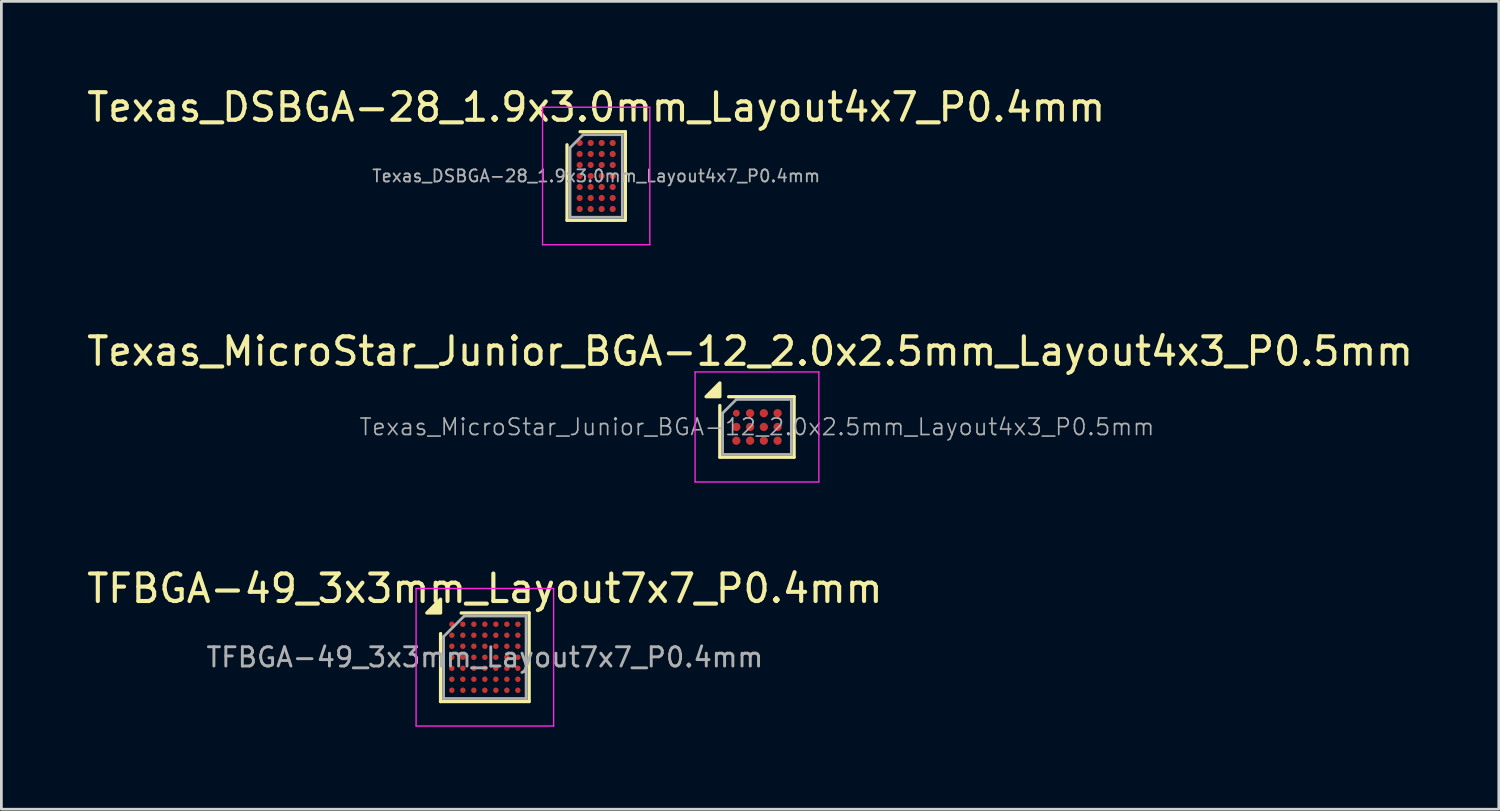
<source format=kicad_pcb>
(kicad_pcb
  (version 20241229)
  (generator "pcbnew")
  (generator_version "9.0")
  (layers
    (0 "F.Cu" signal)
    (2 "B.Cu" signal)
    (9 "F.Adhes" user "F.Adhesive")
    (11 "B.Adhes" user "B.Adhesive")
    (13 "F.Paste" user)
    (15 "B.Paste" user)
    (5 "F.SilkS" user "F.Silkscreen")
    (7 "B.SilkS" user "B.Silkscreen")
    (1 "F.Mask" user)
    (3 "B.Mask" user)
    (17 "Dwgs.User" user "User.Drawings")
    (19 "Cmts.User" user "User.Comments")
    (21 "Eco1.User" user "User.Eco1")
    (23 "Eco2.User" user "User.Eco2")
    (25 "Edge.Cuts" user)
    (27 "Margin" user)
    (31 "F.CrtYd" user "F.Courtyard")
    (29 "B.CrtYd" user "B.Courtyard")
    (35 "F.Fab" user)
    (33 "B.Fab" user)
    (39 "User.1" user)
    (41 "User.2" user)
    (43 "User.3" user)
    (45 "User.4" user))
  (footprint "TFBGA-49_3x3mm_Layout7x7_P0.4mm"
    (layer "F.Cu")
    (at 14.577 20.845)
    (property "Reference" "TFBGA-49_3x3mm_Layout7x7_P0.4mm" (at 0 -2.5 0) (layer "F.SilkS") (effects (font (size 1 1) (thickness 0.15))))
    (attr smd)
    (fp_line (start -1.61 1.61) (end -1.61 -0.86) (stroke (width 0.12) (type solid)) (layer "F.SilkS"))
    (fp_line (start -0.86 -1.61) (end 1.61 -1.61) (stroke (width 0.12) (type solid)) (layer "F.SilkS"))
    (fp_line (start 1.61 -1.61) (end 1.61 1.61) (stroke (width 0.12) (type solid)) (layer "F.SilkS"))
    (fp_line (start 1.61 1.61) (end -1.61 1.61) (stroke (width 0.12) (type solid)) (layer "F.SilkS"))
    (fp_poly (pts (xy -1.61 -1.61) (xy -2.11 -1.61) (xy -1.61 -2.11) (xy -1.61 -1.61)) (stroke (width 0.12) (type solid)) (fill yes) (layer "F.SilkS"))
    (fp_line (start -2.5 -2.5) (end -2.5 2.5) (stroke (width 0.05) (type solid)) (layer "F.CrtYd"))
    (fp_line (start -2.5 2.5) (end 2.5 2.5) (stroke (width 0.05) (type solid)) (layer "F.CrtYd"))
    (fp_line (start 2.5 -2.5) (end -2.5 -2.5) (stroke (width 0.05) (type solid)) (layer "F.CrtYd"))
    (fp_line (start 2.5 2.5) (end 2.5 -2.5) (stroke (width 0.05) (type solid)) (layer "F.CrtYd"))
    (fp_line (start -1.5 -0.75) (end -0.75 -1.5) (stroke (width 0.1) (type solid)) (layer "F.Fab"))
    (fp_line (start -1.5 1.5) (end -1.5 -0.75) (stroke (width 0.1) (type solid)) (layer "F.Fab"))
    (fp_line (start -0.75 -1.5) (end 1.5 -1.5) (stroke (width 0.1) (type solid)) (layer "F.Fab"))
    (fp_line (start 1.5 -1.5) (end 1.5 1.5) (stroke (width 0.1) (type solid)) (layer "F.Fab"))
    (fp_line (start 1.5 1.5) (end -1.5 1.5) (stroke (width 0.1) (type solid)) (layer "F.Fab"))
    (fp_text user "${REFERENCE}" (at 0 0 0) (layer "F.Fab") (effects (font (size 0.7 0.7) (thickness 0.105))))
    (pad "A1" smd circle (at -1.2 -1.2) (size 0.2 0.2) (property pad_prop_bga) (layers "F.Cu" "F.Mask" "F.Paste"))
    (pad "A2" smd circle (at -0.8 -1.2) (size 0.2 0.2) (property pad_prop_bga) (layers "F.Cu" "F.Mask" "F.Paste"))
    (pad "A3" smd circle (at -0.4 -1.2) (size 0.2 0.2) (property pad_prop_bga) (layers "F.Cu" "F.Mask" "F.Paste"))
    (pad "A4" smd circle (at 0 -1.2) (size 0.2 0.2) (property pad_prop_bga) (layers "F.Cu" "F.Mask" "F.Paste"))
    (pad "A5" smd circle (at 0.4 -1.2) (size 0.2 0.2) (property pad_prop_bga) (layers "F.Cu" "F.Mask" "F.Paste"))
    (pad "A6" smd circle (at 0.8 -1.2) (size 0.2 0.2) (property pad_prop_bga) (layers "F.Cu" "F.Mask" "F.Paste"))
    (pad "A7" smd circle (at 1.2 -1.2) (size 0.2 0.2) (property pad_prop_bga) (layers "F.Cu" "F.Mask" "F.Paste"))
    (pad "B1" smd circle (at -1.2 -0.8) (size 0.2 0.2) (property pad_prop_bga) (layers "F.Cu" "F.Mask" "F.Paste"))
    (pad "B2" smd circle (at -0.8 -0.8) (size 0.2 0.2) (property pad_prop_bga) (layers "F.Cu" "F.Mask" "F.Paste"))
    (pad "B3" smd circle (at -0.4 -0.8) (size 0.2 0.2) (property pad_prop_bga) (layers "F.Cu" "F.Mask" "F.Paste"))
    (pad "B4" smd circle (at 0 -0.8) (size 0.2 0.2) (property pad_prop_bga) (layers "F.Cu" "F.Mask" "F.Paste"))
    (pad "B5" smd circle (at 0.4 -0.8) (size 0.2 0.2) (property pad_prop_bga) (layers "F.Cu" "F.Mask" "F.Paste"))
    (pad "B6" smd circle (at 0.8 -0.8) (size 0.2 0.2) (property pad_prop_bga) (layers "F.Cu" "F.Mask" "F.Paste"))
    (pad "B7" smd circle (at 1.2 -0.8) (size 0.2 0.2) (property pad_prop_bga) (layers "F.Cu" "F.Mask" "F.Paste"))
    (pad "C1" smd circle (at -1.2 -0.4) (size 0.2 0.2) (property pad_prop_bga) (layers "F.Cu" "F.Mask" "F.Paste"))
    (pad "C2" smd circle (at -0.8 -0.4) (size 0.2 0.2) (property pad_prop_bga) (layers "F.Cu" "F.Mask" "F.Paste"))
    (pad "C3" smd circle (at -0.4 -0.4) (size 0.2 0.2) (property pad_prop_bga) (layers "F.Cu" "F.Mask" "F.Paste"))
    (pad "C4" smd circle (at 0 -0.4) (size 0.2 0.2) (property pad_prop_bga) (layers "F.Cu" "F.Mask" "F.Paste"))
    (pad "C5" smd circle (at 0.4 -0.4) (size 0.2 0.2) (property pad_prop_bga) (layers "F.Cu" "F.Mask" "F.Paste"))
    (pad "C6" smd circle (at 0.8 -0.4) (size 0.2 0.2) (property pad_prop_bga) (layers "F.Cu" "F.Mask" "F.Paste"))
    (pad "C7" smd circle (at 1.2 -0.4) (size 0.2 0.2) (property pad_prop_bga) (layers "F.Cu" "F.Mask" "F.Paste"))
    (pad "D1" smd circle (at -1.2 0) (size 0.2 0.2) (property pad_prop_bga) (layers "F.Cu" "F.Mask" "F.Paste"))
    (pad "D2" smd circle (at -0.8 0) (size 0.2 0.2) (property pad_prop_bga) (layers "F.Cu" "F.Mask" "F.Paste"))
    (pad "D3" smd circle (at -0.4 0) (size 0.2 0.2) (property pad_prop_bga) (layers "F.Cu" "F.Mask" "F.Paste"))
    (pad "D4" smd circle (at 0 0) (size 0.2 0.2) (property pad_prop_bga) (layers "F.Cu" "F.Mask" "F.Paste"))
    (pad "D5" smd circle (at 0.4 0) (size 0.2 0.2) (property pad_prop_bga) (layers "F.Cu" "F.Mask" "F.Paste"))
    (pad "D6" smd circle (at 0.8 0) (size 0.2 0.2) (property pad_prop_bga) (layers "F.Cu" "F.Mask" "F.Paste"))
    (pad "D7" smd circle (at 1.2 0) (size 0.2 0.2) (property pad_prop_bga) (layers "F.Cu" "F.Mask" "F.Paste"))
    (pad "E1" smd circle (at -1.2 0.4) (size 0.2 0.2) (property pad_prop_bga) (layers "F.Cu" "F.Mask" "F.Paste"))
    (pad "E2" smd circle (at -0.8 0.4) (size 0.2 0.2) (property pad_prop_bga) (layers "F.Cu" "F.Mask" "F.Paste"))
    (pad "E3" smd circle (at -0.4 0.4) (size 0.2 0.2) (property pad_prop_bga) (layers "F.Cu" "F.Mask" "F.Paste"))
    (pad "E4" smd circle (at 0 0.4) (size 0.2 0.2) (property pad_prop_bga) (layers "F.Cu" "F.Mask" "F.Paste"))
    (pad "E5" smd circle (at 0.4 0.4) (size 0.2 0.2) (property pad_prop_bga) (layers "F.Cu" "F.Mask" "F.Paste"))
    (pad "E6" smd circle (at 0.8 0.4) (size 0.2 0.2) (property pad_prop_bga) (layers "F.Cu" "F.Mask" "F.Paste"))
    (pad "E7" smd circle (at 1.2 0.4) (size 0.2 0.2) (property pad_prop_bga) (layers "F.Cu" "F.Mask" "F.Paste"))
    (pad "F1" smd circle (at -1.2 0.8) (size 0.2 0.2) (property pad_prop_bga) (layers "F.Cu" "F.Mask" "F.Paste"))
    (pad "F2" smd circle (at -0.8 0.8) (size 0.2 0.2) (property pad_prop_bga) (layers "F.Cu" "F.Mask" "F.Paste"))
    (pad "F3" smd circle (at -0.4 0.8) (size 0.2 0.2) (property pad_prop_bga) (layers "F.Cu" "F.Mask" "F.Paste"))
    (pad "F4" smd circle (at 0 0.8) (size 0.2 0.2) (property pad_prop_bga) (layers "F.Cu" "F.Mask" "F.Paste"))
    (pad "F5" smd circle (at 0.4 0.8) (size 0.2 0.2) (property pad_prop_bga) (layers "F.Cu" "F.Mask" "F.Paste"))
    (pad "F6" smd circle (at 0.8 0.8) (size 0.2 0.2) (property pad_prop_bga) (layers "F.Cu" "F.Mask" "F.Paste"))
    (pad "F7" smd circle (at 1.2 0.8) (size 0.2 0.2) (property pad_prop_bga) (layers "F.Cu" "F.Mask" "F.Paste"))
    (pad "G1" smd circle (at -1.2 1.2) (size 0.2 0.2) (property pad_prop_bga) (layers "F.Cu" "F.Mask" "F.Paste"))
    (pad "G2" smd circle (at -0.8 1.2) (size 0.2 0.2) (property pad_prop_bga) (layers "F.Cu" "F.Mask" "F.Paste"))
    (pad "G3" smd circle (at -0.4 1.2) (size 0.2 0.2) (property pad_prop_bga) (layers "F.Cu" "F.Mask" "F.Paste"))
    (pad "G4" smd circle (at 0 1.2) (size 0.2 0.2) (property pad_prop_bga) (layers "F.Cu" "F.Mask" "F.Paste"))
    (pad "G5" smd circle (at 0.4 1.2) (size 0.2 0.2) (property pad_prop_bga) (layers "F.Cu" "F.Mask" "F.Paste"))
    (pad "G6" smd circle (at 0.8 1.2) (size 0.2 0.2) (property pad_prop_bga) (layers "F.Cu" "F.Mask" "F.Paste"))
    (pad "G7" smd circle (at 1.2 1.2) (size 0.2 0.2) (property pad_prop_bga) (layers "F.Cu" "F.Mask" "F.Paste")))
  (footprint "Texas_DSBGA-28_1.9x3.0mm_Layout4x7_P0.4mm"
    (layer "F.Cu")
    (at 18.625 3.348)
    (property "Reference" "Texas_DSBGA-28_1.9x3.0mm_Layout4x7_P0.4mm" (at 0 -2.5 0) (layer "F.SilkS") (effects (font (size 1 1) (thickness 0.15))))
    (attr smd)
    (fp_line (start -1.06 1.61) (end -1.06 -1.135) (stroke (width 0.12) (type solid)) (layer "F.SilkS"))
    (fp_line (start -0.585 -1.61) (end 1.06 -1.61) (stroke (width 0.12) (type solid)) (layer "F.SilkS"))
    (fp_line (start 1.06 -1.61) (end 1.06 1.61) (stroke (width 0.12) (type solid)) (layer "F.SilkS"))
    (fp_line (start 1.06 1.61) (end -1.06 1.61) (stroke (width 0.12) (type solid)) (layer "F.SilkS"))
    (fp_line (start -1.95 -2.5) (end -1.95 2.5) (stroke (width 0.05) (type solid)) (layer "F.CrtYd"))
    (fp_line (start -1.95 2.5) (end 1.95 2.5) (stroke (width 0.05) (type solid)) (layer "F.CrtYd"))
    (fp_line (start 1.95 -2.5) (end -1.95 -2.5) (stroke (width 0.05) (type solid)) (layer "F.CrtYd"))
    (fp_line (start 1.95 2.5) (end 1.95 -2.5) (stroke (width 0.05) (type solid)) (layer "F.CrtYd"))
    (fp_line (start -0.95 -1.025) (end -0.475 -1.5) (stroke (width 0.1) (type solid)) (layer "F.Fab"))
    (fp_line (start -0.95 1.5) (end -0.95 -1.025) (stroke (width 0.1) (type solid)) (layer "F.Fab"))
    (fp_line (start -0.475 -1.5) (end 0.95 -1.5) (stroke (width 0.1) (type solid)) (layer "F.Fab"))
    (fp_line (start 0.95 -1.5) (end 0.95 1.5) (stroke (width 0.1) (type solid)) (layer "F.Fab"))
    (fp_line (start 0.95 1.5) (end -0.95 1.5) (stroke (width 0.1) (type solid)) (layer "F.Fab"))
    (fp_text user "${REFERENCE}" (at 0 0 0) (layer "F.Fab") (effects (font (size 0.44 0.44) (thickness 0.066))))
    (pad "A1" smd circle (at -0.6 -1.2) (size 0.225 0.225) (layers "F.Cu" "F.Mask" "F.Paste"))
    (pad "A2" smd circle (at -0.2 -1.2) (size 0.225 0.225) (layers "F.Cu" "F.Mask" "F.Paste"))
    (pad "A3" smd circle (at 0.2 -1.2) (size 0.225 0.225) (layers "F.Cu" "F.Mask" "F.Paste"))
    (pad "A4" smd circle (at 0.6 -1.2) (size 0.225 0.225) (layers "F.Cu" "F.Mask" "F.Paste"))
    (pad "B1" smd circle (at -0.6 -0.8) (size 0.225 0.225) (layers "F.Cu" "F.Mask" "F.Paste"))
    (pad "B2" smd circle (at -0.2 -0.8) (size 0.225 0.225) (layers "F.Cu" "F.Mask" "F.Paste"))
    (pad "B3" smd circle (at 0.2 -0.8) (size 0.225 0.225) (layers "F.Cu" "F.Mask" "F.Paste"))
    (pad "B4" smd circle (at 0.6 -0.8) (size 0.225 0.225) (layers "F.Cu" "F.Mask" "F.Paste"))
    (pad "C1" smd circle (at -0.6 -0.4) (size 0.225 0.225) (layers "F.Cu" "F.Mask" "F.Paste"))
    (pad "C2" smd circle (at -0.2 -0.4) (size 0.225 0.225) (layers "F.Cu" "F.Mask" "F.Paste"))
    (pad "C3" smd circle (at 0.2 -0.4) (size 0.225 0.225) (layers "F.Cu" "F.Mask" "F.Paste"))
    (pad "C4" smd circle (at 0.6 -0.4) (size 0.225 0.225) (layers "F.Cu" "F.Mask" "F.Paste"))
    (pad "D1" smd circle (at -0.6 0) (size 0.225 0.225) (layers "F.Cu" "F.Mask" "F.Paste"))
    (pad "D2" smd circle (at -0.2 0) (size 0.225 0.225) (layers "F.Cu" "F.Mask" "F.Paste"))
    (pad "D3" smd circle (at 0.2 0) (size 0.225 0.225) (layers "F.Cu" "F.Mask" "F.Paste"))
    (pad "D4" smd circle (at 0.6 0) (size 0.225 0.225) (layers "F.Cu" "F.Mask" "F.Paste"))
    (pad "E1" smd circle (at -0.6 0.4) (size 0.225 0.225) (layers "F.Cu" "F.Mask" "F.Paste"))
    (pad "E2" smd circle (at -0.2 0.4) (size 0.225 0.225) (layers "F.Cu" "F.Mask" "F.Paste"))
    (pad "E3" smd circle (at 0.2 0.4) (size 0.225 0.225) (layers "F.Cu" "F.Mask" "F.Paste"))
    (pad "E4" smd circle (at 0.6 0.4) (size 0.225 0.225) (layers "F.Cu" "F.Mask" "F.Paste"))
    (pad "F1" smd circle (at -0.6 0.8) (size 0.225 0.225) (layers "F.Cu" "F.Mask" "F.Paste"))
    (pad "F2" smd circle (at -0.2 0.8) (size 0.225 0.225) (layers "F.Cu" "F.Mask" "F.Paste"))
    (pad "F3" smd circle (at 0.2 0.8) (size 0.225 0.225) (layers "F.Cu" "F.Mask" "F.Paste"))
    (pad "F4" smd circle (at 0.6 0.8) (size 0.225 0.225) (layers "F.Cu" "F.Mask" "F.Paste"))
    (pad "G1" smd circle (at -0.6 1.2) (size 0.225 0.225) (layers "F.Cu" "F.Mask" "F.Paste"))
    (pad "G2" smd circle (at -0.2 1.2) (size 0.225 0.225) (layers "F.Cu" "F.Mask" "F.Paste"))
    (pad "G3" smd circle (at 0.2 1.2) (size 0.225 0.225) (layers "F.Cu" "F.Mask" "F.Paste"))
    (pad "G4" smd circle (at 0.6 1.2) (size 0.225 0.225) (layers "F.Cu" "F.Mask" "F.Paste")))
  (footprint "Texas_MicroStar_Junior_BGA-12_2.0x2.5mm_Layout4x3_P0.5mm"
    (layer "F.Cu")
    (at 24.47 12.472)
    (property "Reference" "Texas_MicroStar_Junior_BGA-12_2.0x2.5mm_Layout4x3_P0.5mm" (at -0.25 -2.75 0) (layer "F.SilkS") (effects (font (size 1 1) (thickness 0.15))))
    (attr smd)
    (fp_line (start -1.35 1.1) (end -1.35 -0.78) (stroke (width 0.12) (type solid)) (layer "F.SilkS"))
    (fp_line (start -1.35 1.1) (end 1.35 1.1) (stroke (width 0.12) (type solid)) (layer "F.SilkS"))
    (fp_line (start -1.03 -1.1) (end 1.35 -1.1) (stroke (width 0.12) (type solid)) (layer "F.SilkS"))
    (fp_line (start 1.35 -1.1) (end 1.35 1.1) (stroke (width 0.12) (type solid)) (layer "F.SilkS"))
    (fp_poly (pts (xy -1.35 -1.1) (xy -1.85 -1.1) (xy -1.35 -1.6) (xy -1.35 -1.1)) (stroke (width 0.12) (type solid)) (fill yes) (layer "F.SilkS"))
    (fp_line (start -2.25 -2) (end 2.25 -2) (stroke (width 0.05) (type solid)) (layer "F.CrtYd"))
    (fp_line (start -2.25 2) (end -2.25 -2) (stroke (width 0.05) (type solid)) (layer "F.CrtYd"))
    (fp_line (start 2.25 -2) (end 2.25 2) (stroke (width 0.05) (type solid)) (layer "F.CrtYd"))
    (fp_line (start 2.25 2) (end -2.25 2) (stroke (width 0.05) (type solid)) (layer "F.CrtYd"))
    (fp_line (start -1.25 1) (end -1.25 -0.5) (stroke (width 0.1) (type solid)) (layer "F.Fab"))
    (fp_line (start -0.75 -1) (end -1.25 -0.5) (stroke (width 0.1) (type solid)) (layer "F.Fab"))
    (fp_line (start -0.75 -1) (end 1.25 -1) (stroke (width 0.1) (type solid)) (layer "F.Fab"))
    (fp_line (start 1.25 -1) (end 1.25 1) (stroke (width 0.1) (type solid)) (layer "F.Fab"))
    (fp_line (start 1.25 1) (end -1.25 1) (stroke (width 0.1) (type solid)) (layer "F.Fab"))
    (fp_text user "${REFERENCE}" (at 0 0 0) (layer "F.Fab") (effects (font (size 0.6 0.6) (thickness 0.06))))
    (pad "A1" smd circle (at -0.75 -0.5) (size 0.25 0.25) (property pad_prop_bga) (layers "F.Cu" "F.Mask" "F.Paste"))
    (pad "A2" smd circle (at -0.25 -0.5) (size 0.3 0.3) (property pad_prop_bga) (layers "F.Cu" "F.Mask" "F.Paste"))
    (pad "A3" smd circle (at 0.25 -0.5) (size 0.3 0.3) (property pad_prop_bga) (layers "F.Cu" "F.Mask" "F.Paste"))
    (pad "A4" smd circle (at 0.75 -0.5) (size 0.3 0.3) (property pad_prop_bga) (layers "F.Cu" "F.Mask" "F.Paste"))
    (pad "B1" smd circle (at -0.75 0) (size 0.3 0.3) (property pad_prop_bga) (layers "F.Cu" "F.Mask" "F.Paste"))
    (pad "B2" smd circle (at -0.25 0) (size 0.3 0.3) (property pad_prop_bga) (layers "F.Cu" "F.Mask" "F.Paste"))
    (pad "B3" smd circle (at 0.25 0) (size 0.3 0.3) (property pad_prop_bga) (layers "F.Cu" "F.Mask" "F.Paste"))
    (pad "B4" smd circle (at 0.75 0) (size 0.3 0.3) (property pad_prop_bga) (layers "F.Cu" "F.Mask" "F.Paste"))
    (pad "C1" smd circle (at -0.75 0.5) (size 0.3 0.3) (property pad_prop_bga) (layers "F.Cu" "F.Mask" "F.Paste"))
    (pad "C2" smd circle (at -0.25 0.5) (size 0.3 0.3) (property pad_prop_bga) (layers "F.Cu" "F.Mask" "F.Paste"))
    (pad "C3" smd circle (at 0.25 0.5) (size 0.3 0.3) (property pad_prop_bga) (layers "F.Cu" "F.Mask" "F.Paste"))
    (pad "C4" smd circle (at 0.75 0.5) (size 0.3 0.3) (property pad_prop_bga) (layers "F.Cu" "F.Mask" "F.Paste")))
  (gr_rect
    (start -3 -3)
    (end 51.44 26.37)
    (stroke (width 0.1) (type default))
    (fill no)
    (layer "Edge.Cuts")))
</source>
